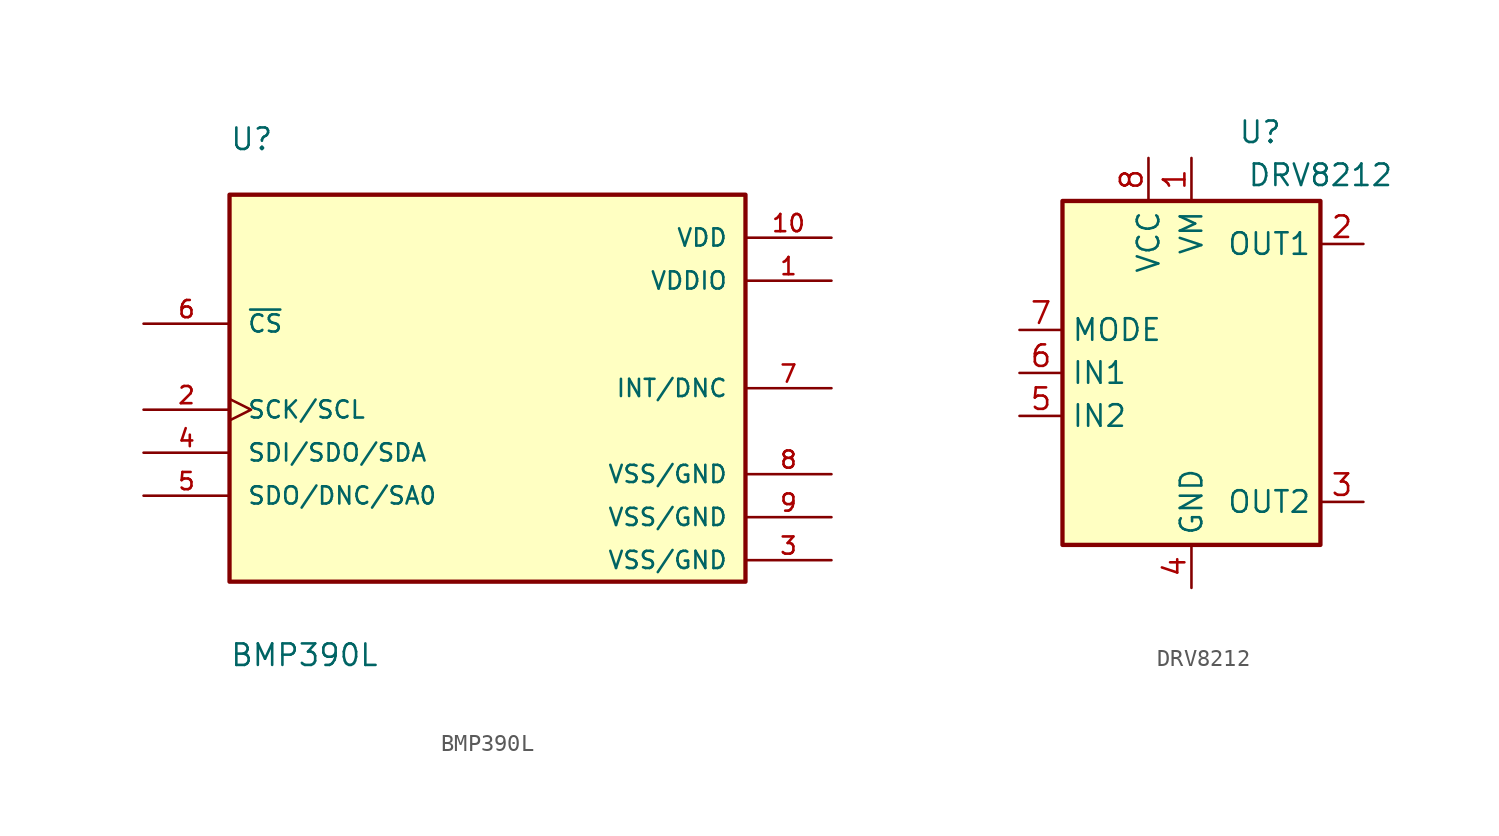
<source format=kicad_sym>
(kicad_symbol_lib
  (version 20231120)
  (generator "kicad_symbol_editor")
  (generator_version "8.0")
  (symbol "BMP390L"
    (pin_names
      (offset 1.016))
    (property "Reference" "U"
      (at -15.24 15.24 0)
      (effects (font (size 1.27 1.27)) (justify left bottom)))
    (property "Value" "BMP390L"
      (at -15.24 -15.24 0)
      (effects (font (size 1.27 1.27)) (justify left bottom)))
    (symbol "BMP390L_0_0"
      (rectangle (start -15.24 12.7) (end 15.24 -10.16) (stroke (width 0.254) (type default)) (fill (type background)))
      (pin power_in line (at 20.32 7.62 180) (length 5.08) (name "VDDIO" (effects (font (size 1.016 1.016)))) (number "1" (effects (font (size 1.016 1.016)))))
      (pin power_in line (at 20.32 10.16 180) (length 5.08) (name "VDD" (effects (font (size 1.016 1.016)))) (number "10" (effects (font (size 1.016 1.016)))))
      (pin input clock (at -20.32 0 0) (length 5.08) (name "SCK/SCL" (effects (font (size 1.016 1.016)))) (number "2" (effects (font (size 1.016 1.016)))))
      (pin power_in line (at 20.32 -8.89 180) (length 5.08) (name "VSS/GND" (effects (font (size 1.016 1.016)))) (number "3" (effects (font (size 1.016 1.016)))))
      (pin bidirectional line (at -20.32 -2.54 0) (length 5.08) (name "SDI/SDO/SDA" (effects (font (size 1.016 1.016)))) (number "4" (effects (font (size 1.016 1.016)))))
      (pin bidirectional line (at -20.32 -5.08 0) (length 5.08) (name "SDO/DNC/SA0" (effects (font (size 1.016 1.016)))) (number "5" (effects (font (size 1.016 1.016)))))
      (pin input line (at -20.32 5.08 0) (length 5.08) (name "~{CS}" (effects (font (size 1.016 1.016)))) (number "6" (effects (font (size 1.016 1.016)))))
      (pin output line (at 20.32 1.27 180) (length 5.08) (name "INT/DNC" (effects (font (size 1.016 1.016)))) (number "7" (effects (font (size 1.016 1.016)))))
      (pin power_in line (at 20.32 -3.81 180) (length 5.08) (name "VSS/GND" (effects (font (size 1.016 1.016)))) (number "8" (effects (font (size 1.016 1.016)))))
      (pin power_in line (at 20.32 -6.35 180) (length 5.08) (name "VSS/GND" (effects (font (size 1.016 1.016)))) (number "9" (effects (font (size 1.016 1.016)))))))
  (symbol "DRV8212"
    (property "Reference" "U"
      (at 4.064 14.224 0)
      (effects (font (size 1.27 1.27))))
    (property "Value" "DRV8212"
      (at 7.62 11.684 0)
      (effects (font (size 1.27 1.27))))
    (symbol "DRV8212_0_1"
      (rectangle (start -7.62 10.16) (end 7.62 -10.16) (stroke (width 0.254) (type default)) (fill (type background))))
    (symbol "DRV8212_1_1"
      (pin power_in line (at 0 12.7 270) (length 2.54) (name "VM" (effects (font (size 1.27 1.27)))) (number "1" (effects (font (size 1.27 1.27)))))
      (pin output line (at 10.16 7.62 180) (length 2.54) (name "OUT1" (effects (font (size 1.27 1.27)))) (number "2" (effects (font (size 1.27 1.27)))))
      (pin output line (at 10.16 -7.62 180) (length 2.54) (name "OUT2" (effects (font (size 1.27 1.27)))) (number "3" (effects (font (size 1.27 1.27)))))
      (pin power_in line (at 0 -12.7 90) (length 2.54) (name "GND" (effects (font (size 1.27 1.27)))) (number "4" (effects (font (size 1.27 1.27)))))
      (pin input line (at -10.16 -2.54 0) (length 2.54) (name "IN2" (effects (font (size 1.27 1.27)))) (number "5" (effects (font (size 1.27 1.27)))))
      (pin input line (at -10.16 0 0) (length 2.54) (name "IN1" (effects (font (size 1.27 1.27)))) (number "6" (effects (font (size 1.27 1.27)))))
      (pin input line (at -10.16 2.54 0) (length 2.54) (name "MODE" (effects (font (size 1.27 1.27)))) (number "7" (effects (font (size 1.27 1.27)))))
      (pin power_in line (at -2.54 12.7 270) (length 2.54) (name "VCC" (effects (font (size 1.27 1.27)))) (number "8" (effects (font (size 1.27 1.27)))))
      (pin passive line (at 0 -12.7 90) (length 2.54) hide (name "GND" (effects (font (size 1.27 1.27)))) (number "9" (effects (font (size 1.27 1.27))))))))
</source>
